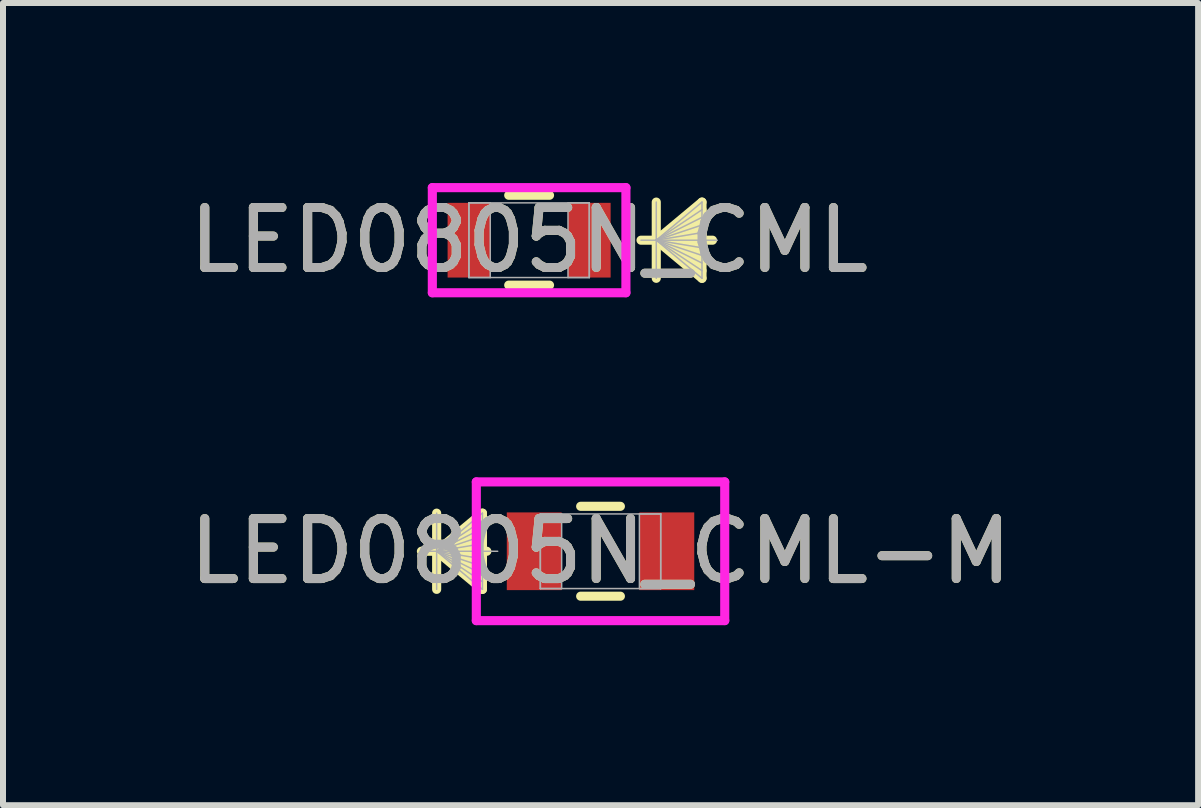
<source format=kicad_pcb>
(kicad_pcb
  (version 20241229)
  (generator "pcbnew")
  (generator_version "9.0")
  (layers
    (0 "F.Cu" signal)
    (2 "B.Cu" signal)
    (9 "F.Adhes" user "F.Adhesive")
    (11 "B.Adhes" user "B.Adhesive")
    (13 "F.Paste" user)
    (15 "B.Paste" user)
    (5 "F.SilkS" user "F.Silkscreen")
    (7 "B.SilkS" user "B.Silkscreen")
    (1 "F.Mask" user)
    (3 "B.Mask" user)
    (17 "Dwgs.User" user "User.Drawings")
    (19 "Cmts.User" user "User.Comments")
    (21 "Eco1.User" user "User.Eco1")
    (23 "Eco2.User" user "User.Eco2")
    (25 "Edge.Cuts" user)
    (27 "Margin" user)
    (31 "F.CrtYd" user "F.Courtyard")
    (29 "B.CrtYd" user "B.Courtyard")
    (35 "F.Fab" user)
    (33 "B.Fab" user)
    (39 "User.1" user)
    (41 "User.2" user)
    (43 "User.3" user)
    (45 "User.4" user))
  (footprint "LED0805N_CML-M"
    (layer "F.Cu")
    (at 6.958 6.137)
    (property "Reference" "LED0805N_CML-M" (at 0 0 0) (unlocked yes) (layer "F.SilkS") (effects (font (size 1 1) (thickness 0.15))))
    (attr smd)
    (fp_line (start -2.731 -0.635) (end -2.731 0.635) (stroke (width 0.152) (type solid)) (layer "F.SilkS"))
    (fp_line (start -2.731 0) (end -1.968 -0.635) (stroke (width 0.152) (type solid)) (layer "F.SilkS"))
    (fp_line (start -2.731 0) (end -1.968 -0.508) (stroke (width 0.152) (type solid)) (layer "F.SilkS"))
    (fp_line (start -2.731 0) (end -1.968 -0.381) (stroke (width 0.152) (type solid)) (layer "F.SilkS"))
    (fp_line (start -2.731 0) (end -1.968 -0.254) (stroke (width 0.152) (type solid)) (layer "F.SilkS"))
    (fp_line (start -2.731 0) (end -1.968 -0.127) (stroke (width 0.152) (type solid)) (layer "F.SilkS"))
    (fp_line (start -2.731 0) (end -1.968 0.127) (stroke (width 0.152) (type solid)) (layer "F.SilkS"))
    (fp_line (start -2.731 0) (end -1.968 0.254) (stroke (width 0.152) (type solid)) (layer "F.SilkS"))
    (fp_line (start -2.731 0) (end -1.968 0.381) (stroke (width 0.152) (type solid)) (layer "F.SilkS"))
    (fp_line (start -2.731 0) (end -1.968 0.508) (stroke (width 0.152) (type solid)) (layer "F.SilkS"))
    (fp_line (start -2.731 0) (end -1.968 0.635) (stroke (width 0.152) (type solid)) (layer "F.SilkS"))
    (fp_line (start -1.968 -0.635) (end -1.968 0.635) (stroke (width 0.152) (type solid)) (layer "F.SilkS"))
    (fp_line (start -1.895 0) (end -2.985 0) (stroke (width 0.152) (type solid)) (layer "F.SilkS"))
    (fp_line (start -0.331 0.749) (end 0.331 0.749) (stroke (width 0.152) (type solid)) (layer "F.SilkS"))
    (fp_line (start 0.331 -0.749) (end -0.331 -0.749) (stroke (width 0.152) (type solid)) (layer "F.SilkS"))
    (fp_line (start -2.07 -1.156) (end 2.07 -1.156) (stroke (width 0.152) (type solid)) (layer "F.CrtYd"))
    (fp_line (start -2.07 1.156) (end -2.07 -1.156) (stroke (width 0.152) (type solid)) (layer "F.CrtYd"))
    (fp_line (start 2.07 -1.156) (end 2.07 1.156) (stroke (width 0.152) (type solid)) (layer "F.CrtYd"))
    (fp_line (start 2.07 1.156) (end -2.07 1.156) (stroke (width 0.152) (type solid)) (layer "F.CrtYd"))
    (fp_line (start -2.731 -0.635) (end -2.731 0.635) (stroke (width 0.025) (type solid)) (layer "F.Fab"))
    (fp_line (start -2.731 0) (end -1.968 -0.635) (stroke (width 0.025) (type solid)) (layer "F.Fab"))
    (fp_line (start -2.731 0) (end -1.968 -0.508) (stroke (width 0.025) (type solid)) (layer "F.Fab"))
    (fp_line (start -2.731 0) (end -1.968 -0.381) (stroke (width 0.025) (type solid)) (layer "F.Fab"))
    (fp_line (start -2.731 0) (end -1.968 -0.254) (stroke (width 0.025) (type solid)) (layer "F.Fab"))
    (fp_line (start -2.731 0) (end -1.968 -0.127) (stroke (width 0.025) (type solid)) (layer "F.Fab"))
    (fp_line (start -2.731 0) (end -1.968 0.127) (stroke (width 0.025) (type solid)) (layer "F.Fab"))
    (fp_line (start -2.731 0) (end -1.968 0.254) (stroke (width 0.025) (type solid)) (layer "F.Fab"))
    (fp_line (start -2.731 0) (end -1.968 0.381) (stroke (width 0.025) (type solid)) (layer "F.Fab"))
    (fp_line (start -2.731 0) (end -1.968 0.508) (stroke (width 0.025) (type solid)) (layer "F.Fab"))
    (fp_line (start -2.731 0) (end -1.968 0.635) (stroke (width 0.025) (type solid)) (layer "F.Fab"))
    (fp_line (start -1.968 -0.635) (end -1.968 0.635) (stroke (width 0.025) (type solid)) (layer "F.Fab"))
    (fp_line (start -1.714 0) (end -2.985 0) (stroke (width 0.025) (type solid)) (layer "F.Fab"))
    (fp_line (start -1.003 -0.622) (end -1.003 0.622) (stroke (width 0.025) (type solid)) (layer "F.Fab"))
    (fp_line (start -1.003 -0.622) (end -1.003 0.622) (stroke (width 0.025) (type solid)) (layer "F.Fab"))
    (fp_line (start -1.003 0.622) (end -0.648 0.622) (stroke (width 0.025) (type solid)) (layer "F.Fab"))
    (fp_line (start -1.003 0.622) (end 1.003 0.622) (stroke (width 0.025) (type solid)) (layer "F.Fab"))
    (fp_line (start -0.648 -0.622) (end -1.003 -0.622) (stroke (width 0.025) (type solid)) (layer "F.Fab"))
    (fp_line (start -0.648 0.622) (end -0.648 -0.622) (stroke (width 0.025) (type solid)) (layer "F.Fab"))
    (fp_line (start 0.648 -0.622) (end 0.648 0.622) (stroke (width 0.025) (type solid)) (layer "F.Fab"))
    (fp_line (start 0.648 0.622) (end 1.003 0.622) (stroke (width 0.025) (type solid)) (layer "F.Fab"))
    (fp_line (start 1.003 -0.622) (end -1.003 -0.622) (stroke (width 0.025) (type solid)) (layer "F.Fab"))
    (fp_line (start 1.003 -0.622) (end 0.648 -0.622) (stroke (width 0.025) (type solid)) (layer "F.Fab"))
    (fp_line (start 1.003 0.622) (end 1.003 -0.622) (stroke (width 0.025) (type solid)) (layer "F.Fab"))
    (fp_line (start 1.003 0.622) (end 1.003 -0.622) (stroke (width 0.025) (type solid)) (layer "F.Fab"))
    (fp_text user "${REFERENCE}" (at 0 0 0) (unlocked yes) (layer "F.Fab") (effects (font (size 1 1) (thickness 0.15))))
    (pad "1" smd rect (at -1.105 0) (size 0.914 1.295) (layers "F.Cu" "F.Mask" "F.Paste"))
    (pad "2" smd rect (at 1.105 0) (size 0.914 1.295) (layers "F.Cu" "F.Mask" "F.Paste"))
    (zone (net_name "") (layer "F.Cu") (hatch full 0.508) (connect_pads) (min_thickness 0.254) (filled_areas_thickness no) (keepout (tracks not_allowed) (vias not_allowed) (pads allowed) (copperpour not_allowed) (footprints allowed)) (placement (enabled no)) (fill) (polygon (pts (xy 6.361 5.565) (xy 7.555 5.565) (xy 7.555 6.708) (xy 6.361 6.708)))))
  (footprint "LED0805N_CML"
    (layer "F.Cu")
    (at 5.768 0.953)
    (property "Reference" "LED0805N_CML" (at 0 0 0) (unlocked yes) (layer "F.SilkS") (effects (font (size 1 1) (thickness 0.15))))
    (attr smd)
    (fp_line (start -0.34 0.749) (end 0.34 0.749) (stroke (width 0.152) (type solid)) (layer "F.SilkS"))
    (fp_line (start 0.34 -0.749) (end -0.34 -0.749) (stroke (width 0.152) (type solid)) (layer "F.SilkS"))
    (fp_line (start 2.119 -0.635) (end 2.119 0.635) (stroke (width 0.152) (type solid)) (layer "F.SilkS"))
    (fp_line (start 2.119 0) (end 2.881 -0.635) (stroke (width 0.152) (type solid)) (layer "F.SilkS"))
    (fp_line (start 2.119 0) (end 2.881 -0.508) (stroke (width 0.152) (type solid)) (layer "F.SilkS"))
    (fp_line (start 2.119 0) (end 2.881 -0.381) (stroke (width 0.152) (type solid)) (layer "F.SilkS"))
    (fp_line (start 2.119 0) (end 2.881 -0.254) (stroke (width 0.152) (type solid)) (layer "F.SilkS"))
    (fp_line (start 2.119 0) (end 2.881 -0.127) (stroke (width 0.152) (type solid)) (layer "F.SilkS"))
    (fp_line (start 2.119 0) (end 2.881 0.127) (stroke (width 0.152) (type solid)) (layer "F.SilkS"))
    (fp_line (start 2.119 0) (end 2.881 0.254) (stroke (width 0.152) (type solid)) (layer "F.SilkS"))
    (fp_line (start 2.119 0) (end 2.881 0.381) (stroke (width 0.152) (type solid)) (layer "F.SilkS"))
    (fp_line (start 2.119 0) (end 2.881 0.508) (stroke (width 0.152) (type solid)) (layer "F.SilkS"))
    (fp_line (start 2.119 0) (end 2.881 0.635) (stroke (width 0.152) (type solid)) (layer "F.SilkS"))
    (fp_line (start 2.881 -0.635) (end 2.881 0.635) (stroke (width 0.152) (type solid)) (layer "F.SilkS"))
    (fp_line (start 3.056 0) (end 1.865 0) (stroke (width 0.152) (type solid)) (layer "F.SilkS"))
    (fp_line (start -1.613 -0.876) (end 1.613 -0.876) (stroke (width 0.152) (type solid)) (layer "F.CrtYd"))
    (fp_line (start -1.613 0.876) (end -1.613 -0.876) (stroke (width 0.152) (type solid)) (layer "F.CrtYd"))
    (fp_line (start 1.613 -0.876) (end 1.613 0.876) (stroke (width 0.152) (type solid)) (layer "F.CrtYd"))
    (fp_line (start 1.613 0.876) (end -1.613 0.876) (stroke (width 0.152) (type solid)) (layer "F.CrtYd"))
    (fp_line (start -1.003 -0.622) (end -1.003 0.622) (stroke (width 0.025) (type solid)) (layer "F.Fab"))
    (fp_line (start -1.003 -0.622) (end -1.003 0.622) (stroke (width 0.025) (type solid)) (layer "F.Fab"))
    (fp_line (start -1.003 0.622) (end -0.648 0.622) (stroke (width 0.025) (type solid)) (layer "F.Fab"))
    (fp_line (start -1.003 0.622) (end 1.003 0.622) (stroke (width 0.025) (type solid)) (layer "F.Fab"))
    (fp_line (start -0.648 -0.622) (end -1.003 -0.622) (stroke (width 0.025) (type solid)) (layer "F.Fab"))
    (fp_line (start -0.648 0.622) (end -0.648 -0.622) (stroke (width 0.025) (type solid)) (layer "F.Fab"))
    (fp_line (start 0.648 -0.622) (end 0.648 0.622) (stroke (width 0.025) (type solid)) (layer "F.Fab"))
    (fp_line (start 0.648 0.622) (end 1.003 0.622) (stroke (width 0.025) (type solid)) (layer "F.Fab"))
    (fp_line (start 1.003 -0.622) (end -1.003 -0.622) (stroke (width 0.025) (type solid)) (layer "F.Fab"))
    (fp_line (start 1.003 -0.622) (end 0.648 -0.622) (stroke (width 0.025) (type solid)) (layer "F.Fab"))
    (fp_line (start 1.003 0.622) (end 1.003 -0.622) (stroke (width 0.025) (type solid)) (layer "F.Fab"))
    (fp_line (start 1.003 0.622) (end 1.003 -0.622) (stroke (width 0.025) (type solid)) (layer "F.Fab"))
    (fp_line (start 2.119 -0.635) (end 2.119 0.635) (stroke (width 0.025) (type solid)) (layer "F.Fab"))
    (fp_line (start 2.119 0) (end 2.881 -0.635) (stroke (width 0.025) (type solid)) (layer "F.Fab"))
    (fp_line (start 2.119 0) (end 2.881 -0.508) (stroke (width 0.025) (type solid)) (layer "F.Fab"))
    (fp_line (start 2.119 0) (end 2.881 -0.381) (stroke (width 0.025) (type solid)) (layer "F.Fab"))
    (fp_line (start 2.119 0) (end 2.881 -0.254) (stroke (width 0.025) (type solid)) (layer "F.Fab"))
    (fp_line (start 2.119 0) (end 2.881 -0.127) (stroke (width 0.025) (type solid)) (layer "F.Fab"))
    (fp_line (start 2.119 0) (end 2.881 0.127) (stroke (width 0.025) (type solid)) (layer "F.Fab"))
    (fp_line (start 2.119 0) (end 2.881 0.254) (stroke (width 0.025) (type solid)) (layer "F.Fab"))
    (fp_line (start 2.119 0) (end 2.881 0.381) (stroke (width 0.025) (type solid)) (layer "F.Fab"))
    (fp_line (start 2.119 0) (end 2.881 0.508) (stroke (width 0.025) (type solid)) (layer "F.Fab"))
    (fp_line (start 2.119 0) (end 2.881 0.635) (stroke (width 0.025) (type solid)) (layer "F.Fab"))
    (fp_line (start 2.881 -0.635) (end 2.881 0.635) (stroke (width 0.025) (type solid)) (layer "F.Fab"))
    (fp_line (start 3.135 0) (end 1.865 0) (stroke (width 0.025) (type solid)) (layer "F.Fab"))
    (fp_text user "${REFERENCE}" (at 0 0 0) (unlocked yes) (layer "F.Fab") (effects (font (size 1 1) (thickness 0.15))))
    (pad "1" smd rect (at -1.003 0) (size 0.711 1.245) (layers "F.Cu" "F.Mask" "F.Paste"))
    (pad "2" smd rect (at 1.003 0) (size 0.711 1.245) (layers "F.Cu" "F.Mask" "F.Paste"))
    (zone (net_name "") (layer "F.Cu") (hatch full 0.508) (connect_pads) (min_thickness 0.254) (filled_areas_thickness no) (keepout (tracks not_allowed) (vias not_allowed) (pads allowed) (copperpour not_allowed) (footprints allowed)) (placement (enabled no)) (fill) (polygon (pts (xy 5.171 0.381) (xy 6.365 0.381) (xy 6.365 1.524) (xy 5.171 1.524)))))
  (gr_rect
    (start -3 -3)
    (end 16.917 10.369)
    (stroke (width 0.1) (type default))
    (fill no)
    (layer "Edge.Cuts")))
</source>
